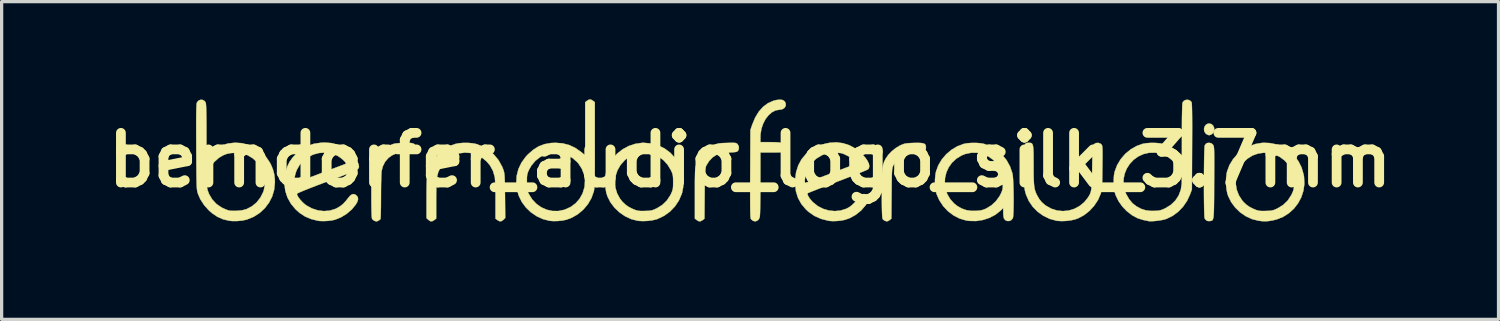
<source format=kicad_pcb>
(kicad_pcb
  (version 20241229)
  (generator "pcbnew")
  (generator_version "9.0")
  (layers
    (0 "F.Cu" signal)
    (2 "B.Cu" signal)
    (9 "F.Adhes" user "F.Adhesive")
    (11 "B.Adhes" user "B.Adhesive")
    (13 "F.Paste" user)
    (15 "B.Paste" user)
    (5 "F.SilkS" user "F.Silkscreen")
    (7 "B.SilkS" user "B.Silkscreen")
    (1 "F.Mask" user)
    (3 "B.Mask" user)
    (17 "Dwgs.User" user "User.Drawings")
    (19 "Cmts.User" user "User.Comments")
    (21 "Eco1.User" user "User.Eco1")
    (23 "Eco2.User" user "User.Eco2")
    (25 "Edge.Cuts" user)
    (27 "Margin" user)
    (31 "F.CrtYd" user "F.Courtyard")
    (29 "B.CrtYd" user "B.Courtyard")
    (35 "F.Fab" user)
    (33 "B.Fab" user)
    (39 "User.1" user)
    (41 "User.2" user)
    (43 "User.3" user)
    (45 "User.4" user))
  (footprint "berndorfer_audio_logo_silk_3.7mm"
    (layer "F.Cu")
    (at 19.964 1.861)
    (property "Reference" "berndorfer_audio_logo_silk_3.7mm" (at 0 0 0) (layer "F.SilkS") (effects (font (size 1.524 1.524) (thickness 0.3))))
    (attr through_hole)
    (fp_poly (pts (xy 14.157 -1.104) (xy 14.209 -1.057) (xy 14.239 -0.991) (xy 14.244 -0.917) (xy 14.218 -0.846) (xy 14.193 -0.814) (xy 14.142 -0.778) (xy 14.088 -0.762) (xy 14.086 -0.762) (xy 14.034 -0.777) (xy 13.981 -0.812) (xy 13.98 -0.814) (xy 13.938 -0.88) (xy 13.928 -0.954) (xy 13.945 -1.025) (xy 13.987 -1.083) (xy 14.048 -1.117) (xy 14.086 -1.122) (xy 14.157 -1.104)) (stroke (width 0.01) (type solid)) (fill yes) (layer "F.SilkS"))
    (fp_poly (pts (xy 14.157 -0.514) (xy 14.202 -0.473) (xy 14.212 -0.459) (xy 14.22 -0.444) (xy 14.227 -0.424) (xy 14.232 -0.395) (xy 14.236 -0.353) (xy 14.239 -0.295) (xy 14.241 -0.218) (xy 14.243 -0.117) (xy 14.243 0.01) (xy 14.243 0.167) (xy 14.242 0.358) (xy 14.241 0.587) (xy 14.24 0.691) (xy 14.239 0.941) (xy 14.238 1.153) (xy 14.236 1.328) (xy 14.234 1.472) (xy 14.231 1.587) (xy 14.226 1.676) (xy 14.22 1.743) (xy 14.211 1.791) (xy 14.2 1.824) (xy 14.187 1.845) (xy 14.17 1.857) (xy 14.15 1.864) (xy 14.126 1.869) (xy 14.118 1.871) (xy 14.057 1.872) (xy 14.017 1.862) (xy 13.974 1.828) (xy 13.949 1.788) (xy 13.943 1.753) (xy 13.939 1.682) (xy 13.935 1.578) (xy 13.932 1.448) (xy 13.93 1.295) (xy 13.928 1.126) (xy 13.927 0.944) (xy 13.927 0.755) (xy 13.927 0.564) (xy 13.928 0.375) (xy 13.93 0.195) (xy 13.932 0.027) (xy 13.935 -0.124) (xy 13.938 -0.252) (xy 13.942 -0.352) (xy 13.947 -0.421) (xy 13.952 -0.451) (xy 13.988 -0.502) (xy 14.034 -0.524) (xy 14.09 -0.529) (xy 14.157 -0.514)) (stroke (width 0.01) (type solid)) (fill yes) (layer "F.SilkS"))
    (fp_poly (pts (xy -0.46 -0.526) (xy -0.425 -0.518) (xy -0.401 -0.505) (xy -0.383 -0.489) (xy -0.347 -0.425) (xy -0.342 -0.35) (xy -0.369 -0.285) (xy -0.387 -0.267) (xy -0.415 -0.254) (xy -0.462 -0.245) (xy -0.535 -0.238) (xy -0.641 -0.232) (xy -0.66 -0.231) (xy -0.776 -0.225) (xy -0.86 -0.217) (xy -0.923 -0.206) (xy -0.976 -0.189) (xy -1.028 -0.164) (xy -1.028 -0.164) (xy -1.151 -0.08) (xy -1.258 0.033) (xy -1.339 0.162) (xy -1.341 0.167) (xy -1.353 0.194) (xy -1.363 0.223) (xy -1.37 0.258) (xy -1.376 0.303) (xy -1.381 0.363) (xy -1.385 0.444) (xy -1.387 0.548) (xy -1.389 0.682) (xy -1.391 0.849) (xy -1.393 1.031) (xy -1.399 1.798) (xy -1.454 1.841) (xy -1.518 1.878) (xy -1.577 1.876) (xy -1.638 1.84) (xy -1.693 1.796) (xy -1.693 1.038) (xy -1.693 0.836) (xy -1.693 0.671) (xy -1.691 0.539) (xy -1.689 0.435) (xy -1.686 0.354) (xy -1.681 0.29) (xy -1.674 0.24) (xy -1.666 0.198) (xy -1.656 0.159) (xy -1.652 0.145) (xy -1.573 -0.041) (xy -1.461 -0.201) (xy -1.315 -0.336) (xy -1.145 -0.44) (xy -1.08 -0.472) (xy -1.026 -0.494) (xy -0.974 -0.508) (xy -0.913 -0.516) (xy -0.831 -0.522) (xy -0.719 -0.525) (xy -0.708 -0.526) (xy -0.594 -0.529) (xy -0.514 -0.529) (xy -0.46 -0.526)) (stroke (width 0.01) (type solid)) (fill yes) (layer "F.SilkS"))
    (fp_poly (pts (xy 5.258 -0.523) (xy 5.327 -0.51) (xy 5.369 -0.486) (xy 5.391 -0.449) (xy 5.397 -0.399) (xy 5.397 -0.395) (xy 5.394 -0.338) (xy 5.38 -0.297) (xy 5.348 -0.269) (xy 5.293 -0.251) (xy 5.208 -0.239) (xy 5.088 -0.232) (xy 5.076 -0.231) (xy 4.96 -0.225) (xy 4.876 -0.217) (xy 4.813 -0.206) (xy 4.76 -0.189) (xy 4.708 -0.164) (xy 4.708 -0.164) (xy 4.586 -0.08) (xy 4.478 0.033) (xy 4.397 0.162) (xy 4.395 0.167) (xy 4.383 0.194) (xy 4.373 0.223) (xy 4.366 0.258) (xy 4.36 0.303) (xy 4.355 0.364) (xy 4.351 0.444) (xy 4.349 0.549) (xy 4.346 0.683) (xy 4.345 0.85) (xy 4.343 1.032) (xy 4.336 1.799) (xy 4.282 1.841) (xy 4.231 1.874) (xy 4.187 1.879) (xy 4.134 1.863) (xy 4.087 1.83) (xy 4.065 1.802) (xy 4.058 1.767) (xy 4.053 1.69) (xy 4.048 1.574) (xy 4.045 1.418) (xy 4.043 1.224) (xy 4.043 1.032) (xy 4.043 0.816) (xy 4.045 0.636) (xy 4.048 0.49) (xy 4.053 0.37) (xy 4.061 0.273) (xy 4.073 0.194) (xy 4.088 0.127) (xy 4.108 0.069) (xy 4.133 0.012) (xy 4.163 -0.046) (xy 4.24 -0.157) (xy 4.345 -0.267) (xy 4.467 -0.366) (xy 4.593 -0.443) (xy 4.608 -0.45) (xy 4.672 -0.478) (xy 4.727 -0.498) (xy 4.784 -0.51) (xy 4.855 -0.518) (xy 4.951 -0.523) (xy 5.022 -0.526) (xy 5.158 -0.528) (xy 5.258 -0.523)) (stroke (width 0.01) (type solid)) (fill yes) (layer "F.SilkS"))
    (fp_poly (pts (xy 1.008 -1.84) (xy 1.064 -1.799) (xy 1.069 -1.793) (xy 1.098 -1.722) (xy 1.09 -1.653) (xy 1.05 -1.596) (xy 0.984 -1.557) (xy 0.907 -1.545) (xy 0.787 -1.525) (xy 0.673 -1.467) (xy 0.569 -1.378) (xy 0.478 -1.262) (xy 0.405 -1.123) (xy 0.351 -0.968) (xy 0.322 -0.801) (xy 0.318 -0.705) (xy 0.318 -0.55) (xy 0.609 -0.55) (xy 0.768 -0.548) (xy 0.89 -0.54) (xy 0.979 -0.525) (xy 1.039 -0.504) (xy 1.074 -0.475) (xy 1.079 -0.466) (xy 1.1 -0.389) (xy 1.081 -0.316) (xy 1.052 -0.279) (xy 1.031 -0.262) (xy 1.006 -0.249) (xy 0.971 -0.241) (xy 0.918 -0.236) (xy 0.841 -0.234) (xy 0.732 -0.233) (xy 0.66 -0.233) (xy 0.318 -0.233) (xy 0.317 0.725) (xy 0.317 0.952) (xy 0.315 1.158) (xy 0.313 1.339) (xy 0.31 1.493) (xy 0.307 1.615) (xy 0.302 1.703) (xy 0.297 1.753) (xy 0.296 1.759) (xy 0.261 1.828) (xy 0.221 1.859) (xy 0.174 1.878) (xy 0.139 1.879) (xy 0.091 1.863) (xy 0.044 1.829) (xy 0.022 1.8) (xy 0.016 1.775) (xy 0.012 1.721) (xy 0.008 1.636) (xy 0.006 1.518) (xy 0.004 1.366) (xy 0.003 1.178) (xy 0.003 0.953) (xy 0.003 0.688) (xy 0.005 0.418) (xy 0.011 -0.921) (xy 0.068 -1.09) (xy 0.158 -1.305) (xy 0.268 -1.486) (xy 0.4 -1.634) (xy 0.55 -1.745) (xy 0.717 -1.819) (xy 0.809 -1.842) (xy 0.924 -1.854) (xy 1.008 -1.84)) (stroke (width 0.01) (type solid)) (fill yes) (layer "F.SilkS"))
    (fp_poly (pts (xy -10.407 -0.524) (xy -10.339 -0.511) (xy -10.296 -0.487) (xy -10.274 -0.45) (xy -10.266 -0.399) (xy -10.266 -0.382) (xy -10.272 -0.322) (xy -10.294 -0.28) (xy -10.338 -0.254) (xy -10.409 -0.239) (xy -10.515 -0.233) (xy -10.566 -0.233) (xy -10.733 -0.224) (xy -10.87 -0.195) (xy -10.987 -0.144) (xy -11.093 -0.067) (xy -11.095 -0.065) (xy -11.199 0.054) (xy -11.271 0.2) (xy -11.304 0.332) (xy -11.309 0.384) (xy -11.313 0.472) (xy -11.317 0.589) (xy -11.321 0.73) (xy -11.323 0.887) (xy -11.324 1.055) (xy -11.324 1.122) (xy -11.325 1.286) (xy -11.326 1.438) (xy -11.329 1.57) (xy -11.331 1.679) (xy -11.335 1.759) (xy -11.338 1.804) (xy -11.34 1.812) (xy -11.372 1.84) (xy -11.418 1.868) (xy -11.459 1.882) (xy -11.466 1.882) (xy -11.497 1.874) (xy -11.529 1.863) (xy -11.576 1.83) (xy -11.598 1.802) (xy -11.605 1.767) (xy -11.611 1.69) (xy -11.615 1.574) (xy -11.618 1.418) (xy -11.62 1.224) (xy -11.62 1.032) (xy -11.62 0.816) (xy -11.619 0.636) (xy -11.615 0.49) (xy -11.61 0.37) (xy -11.602 0.273) (xy -11.59 0.194) (xy -11.575 0.127) (xy -11.555 0.069) (xy -11.53 0.012) (xy -11.5 -0.046) (xy -11.423 -0.157) (xy -11.317 -0.268) (xy -11.195 -0.367) (xy -11.068 -0.443) (xy -11.055 -0.449) (xy -10.991 -0.477) (xy -10.935 -0.497) (xy -10.875 -0.509) (xy -10.801 -0.517) (xy -10.702 -0.523) (xy -10.642 -0.525) (xy -10.506 -0.528) (xy -10.407 -0.524)) (stroke (width 0.01) (type solid)) (fill yes) (layer "F.SilkS"))
    (fp_poly (pts (xy -8.523 -0.516) (xy -8.415 -0.497) (xy -8.211 -0.422) (xy -8.025 -0.312) (xy -7.859 -0.169) (xy -7.719 0.001) (xy -7.61 0.196) (xy -7.575 0.281) (xy -7.562 0.319) (xy -7.551 0.357) (xy -7.542 0.399) (xy -7.536 0.451) (xy -7.531 0.518) (xy -7.527 0.605) (xy -7.524 0.718) (xy -7.522 0.861) (xy -7.52 1.039) (xy -7.519 1.095) (xy -7.512 1.777) (xy -7.565 1.831) (xy -7.626 1.874) (xy -7.686 1.878) (xy -7.753 1.841) (xy -7.755 1.84) (xy -7.811 1.796) (xy -7.811 1.219) (xy -7.811 1.052) (xy -7.814 0.896) (xy -7.818 0.756) (xy -7.823 0.641) (xy -7.829 0.557) (xy -7.834 0.517) (xy -7.889 0.33) (xy -7.981 0.163) (xy -8.084 0.041) (xy -8.235 -0.082) (xy -8.4 -0.168) (xy -8.574 -0.217) (xy -8.753 -0.229) (xy -8.931 -0.205) (xy -9.102 -0.143) (xy -9.26 -0.045) (xy -9.352 0.036) (xy -9.477 0.19) (xy -9.564 0.361) (xy -9.609 0.534) (xy -9.615 0.591) (xy -9.62 0.684) (xy -9.625 0.804) (xy -9.628 0.944) (xy -9.63 1.098) (xy -9.631 1.231) (xy -9.631 1.796) (xy -9.687 1.84) (xy -9.754 1.878) (xy -9.814 1.875) (xy -9.875 1.832) (xy -9.927 1.78) (xy -9.927 1.149) (xy -9.926 0.941) (xy -9.924 0.77) (xy -9.919 0.63) (xy -9.912 0.516) (xy -9.901 0.423) (xy -9.886 0.344) (xy -9.866 0.275) (xy -9.84 0.21) (xy -9.808 0.143) (xy -9.808 0.142) (xy -9.688 -0.05) (xy -9.536 -0.216) (xy -9.357 -0.352) (xy -9.154 -0.455) (xy -9.04 -0.495) (xy -8.933 -0.516) (xy -8.8 -0.527) (xy -8.658 -0.527) (xy -8.523 -0.516)) (stroke (width 0.01) (type solid)) (fill yes) (layer "F.SilkS"))
    (fp_poly (pts (xy -3.032 -0.508) (xy -2.818 -0.45) (xy -2.623 -0.355) (xy -2.449 -0.226) (xy -2.3 -0.066) (xy -2.178 0.123) (xy -2.094 0.318) (xy -2.057 0.475) (xy -2.042 0.652) (xy -2.052 0.833) (xy -2.084 1.001) (xy -2.094 1.034) (xy -2.182 1.239) (xy -2.305 1.423) (xy -2.457 1.581) (xy -2.636 1.71) (xy -2.836 1.806) (xy -2.868 1.817) (xy -2.994 1.848) (xy -3.143 1.867) (xy -3.295 1.873) (xy -3.432 1.865) (xy -3.45 1.862) (xy -3.648 1.811) (xy -3.835 1.724) (xy -4.007 1.606) (xy -4.158 1.463) (xy -4.282 1.3) (xy -4.373 1.121) (xy -4.412 1.001) (xy -4.438 0.845) (xy -4.447 0.673) (xy -4.147 0.673) (xy -4.13 0.852) (xy -4.078 1.025) (xy -3.989 1.187) (xy -3.912 1.283) (xy -3.826 1.365) (xy -3.733 1.432) (xy -3.617 1.492) (xy -3.558 1.517) (xy -3.495 1.541) (xy -3.437 1.555) (xy -3.368 1.562) (xy -3.277 1.563) (xy -3.227 1.561) (xy -3.125 1.558) (xy -3.051 1.55) (xy -2.989 1.536) (xy -2.926 1.511) (xy -2.854 1.477) (xy -2.688 1.373) (xy -2.552 1.241) (xy -2.445 1.078) (xy -2.427 1.042) (xy -2.397 0.974) (xy -2.377 0.917) (xy -2.366 0.858) (xy -2.361 0.784) (xy -2.36 0.682) (xy -2.36 0.677) (xy -2.361 0.574) (xy -2.366 0.499) (xy -2.376 0.44) (xy -2.396 0.383) (xy -2.426 0.316) (xy -2.428 0.312) (xy -2.528 0.146) (xy -2.652 0.008) (xy -2.797 -0.098) (xy -2.956 -0.173) (xy -3.124 -0.216) (xy -3.298 -0.224) (xy -3.47 -0.198) (xy -3.637 -0.136) (xy -3.794 -0.038) (xy -3.853 0.014) (xy -3.98 0.159) (xy -4.071 0.321) (xy -4.127 0.494) (xy -4.147 0.673) (xy -4.447 0.673) (xy -4.447 0.673) (xy -4.437 0.501) (xy -4.41 0.348) (xy -4.406 0.334) (xy -4.33 0.137) (xy -4.218 -0.042) (xy -4.077 -0.199) (xy -3.911 -0.329) (xy -3.726 -0.43) (xy -3.525 -0.497) (xy -3.315 -0.528) (xy -3.261 -0.529) (xy -3.032 -0.508)) (stroke (width 0.01) (type solid)) (fill yes) (layer "F.SilkS"))
    (fp_poly (pts (xy 15.948 -0.521) (xy 16.095 -0.493) (xy 16.244 -0.44) (xy 16.33 -0.402) (xy 16.525 -0.285) (xy 16.69 -0.14) (xy 16.823 0.031) (xy 16.922 0.226) (xy 16.985 0.443) (xy 16.998 0.519) (xy 17.008 0.735) (xy 16.978 0.944) (xy 16.913 1.143) (xy 16.815 1.326) (xy 16.687 1.491) (xy 16.533 1.631) (xy 16.355 1.743) (xy 16.157 1.822) (xy 16.028 1.853) (xy 15.908 1.872) (xy 15.809 1.879) (xy 15.711 1.875) (xy 15.6 1.861) (xy 15.4 1.811) (xy 15.21 1.723) (xy 15.037 1.604) (xy 14.886 1.457) (xy 14.761 1.288) (xy 14.67 1.103) (xy 14.643 1.021) (xy 14.617 0.885) (xy 14.604 0.731) (xy 14.904 0.731) (xy 14.933 0.91) (xy 14.998 1.08) (xy 15.1 1.238) (xy 15.138 1.283) (xy 15.224 1.365) (xy 15.317 1.432) (xy 15.433 1.492) (xy 15.492 1.517) (xy 15.555 1.541) (xy 15.613 1.555) (xy 15.682 1.562) (xy 15.773 1.563) (xy 15.823 1.561) (xy 15.925 1.558) (xy 15.999 1.55) (xy 16.061 1.536) (xy 16.124 1.511) (xy 16.196 1.477) (xy 16.362 1.373) (xy 16.498 1.241) (xy 16.605 1.078) (xy 16.623 1.042) (xy 16.653 0.974) (xy 16.673 0.917) (xy 16.684 0.858) (xy 16.689 0.784) (xy 16.69 0.682) (xy 16.69 0.677) (xy 16.689 0.574) (xy 16.684 0.499) (xy 16.674 0.44) (xy 16.654 0.383) (xy 16.624 0.316) (xy 16.622 0.312) (xy 16.523 0.146) (xy 16.398 0.009) (xy 16.254 -0.097) (xy 16.096 -0.172) (xy 15.928 -0.215) (xy 15.756 -0.224) (xy 15.585 -0.199) (xy 15.419 -0.14) (xy 15.265 -0.044) (xy 15.158 0.052) (xy 15.04 0.206) (xy 14.958 0.374) (xy 14.913 0.551) (xy 14.904 0.731) (xy 14.604 0.731) (xy 14.604 0.729) (xy 14.606 0.568) (xy 14.622 0.42) (xy 14.637 0.349) (xy 14.71 0.153) (xy 14.819 -0.026) (xy 14.958 -0.184) (xy 15.122 -0.317) (xy 15.305 -0.421) (xy 15.502 -0.492) (xy 15.709 -0.527) (xy 15.783 -0.529) (xy 15.948 -0.521)) (stroke (width 0.01) (type solid)) (fill yes) (layer "F.SilkS"))
    (fp_poly (pts (xy -4.88 -1.855) (xy -4.818 -1.819) (xy -4.763 -1.775) (xy -4.763 -0.469) (xy -4.763 -0.193) (xy -4.763 0.044) (xy -4.764 0.246) (xy -4.765 0.414) (xy -4.767 0.554) (xy -4.77 0.667) (xy -4.773 0.758) (xy -4.777 0.83) (xy -4.781 0.885) (xy -4.787 0.928) (xy -4.794 0.961) (xy -4.795 0.964) (xy -4.867 1.167) (xy -4.976 1.354) (xy -5.116 1.52) (xy -5.281 1.66) (xy -5.467 1.768) (xy -5.626 1.828) (xy -5.751 1.855) (xy -5.895 1.87) (xy -6.038 1.873) (xy -6.151 1.864) (xy -6.357 1.811) (xy -6.55 1.722) (xy -6.726 1.602) (xy -6.878 1.455) (xy -7.004 1.286) (xy -7.096 1.098) (xy -7.144 0.937) (xy -7.173 0.707) (xy -7.171 0.677) (xy -6.847 0.677) (xy -6.847 0.786) (xy -6.843 0.864) (xy -6.834 0.922) (xy -6.819 0.972) (xy -6.796 1.026) (xy -6.788 1.041) (xy -6.686 1.206) (xy -6.557 1.342) (xy -6.408 1.449) (xy -6.242 1.523) (xy -6.066 1.562) (xy -5.884 1.564) (xy -5.703 1.527) (xy -5.691 1.523) (xy -5.508 1.441) (xy -5.354 1.328) (xy -5.229 1.187) (xy -5.137 1.02) (xy -5.08 0.83) (xy -5.076 0.807) (xy -5.065 0.622) (xy -5.095 0.439) (xy -5.162 0.266) (xy -5.265 0.108) (xy -5.305 0.062) (xy -5.451 -0.065) (xy -5.611 -0.156) (xy -5.781 -0.211) (xy -5.954 -0.231) (xy -6.127 -0.216) (xy -6.295 -0.167) (xy -6.451 -0.086) (xy -6.591 0.027) (xy -6.711 0.172) (xy -6.782 0.296) (xy -6.81 0.359) (xy -6.829 0.412) (xy -6.84 0.467) (xy -6.846 0.535) (xy -6.847 0.63) (xy -6.847 0.677) (xy -7.171 0.677) (xy -7.161 0.487) (xy -7.108 0.277) (xy -7.014 0.08) (xy -6.881 -0.103) (xy -6.817 -0.172) (xy -6.654 -0.315) (xy -6.487 -0.42) (xy -6.309 -0.488) (xy -6.112 -0.523) (xy -5.969 -0.529) (xy -5.751 -0.513) (xy -5.553 -0.462) (xy -5.366 -0.375) (xy -5.183 -0.247) (xy -5.179 -0.244) (xy -5.059 -0.146) (xy -5.059 -1.775) (xy -5.003 -1.819) (xy -4.938 -1.856) (xy -4.88 -1.855)) (stroke (width 0.01) (type solid)) (fill yes) (layer "F.SilkS"))
    (fp_poly (pts (xy 6.944 -0.526) (xy 7.075 -0.516) (xy 7.175 -0.498) (xy 7.381 -0.422) (xy 7.568 -0.31) (xy 7.732 -0.168) (xy 7.87 0.001) (xy 7.976 0.193) (xy 8.047 0.402) (xy 8.054 0.434) (xy 8.063 0.499) (xy 8.071 0.595) (xy 8.077 0.715) (xy 8.082 0.854) (xy 8.085 1.003) (xy 8.087 1.156) (xy 8.087 1.307) (xy 8.085 1.449) (xy 8.082 1.574) (xy 8.077 1.677) (xy 8.07 1.751) (xy 8.062 1.786) (xy 8.017 1.841) (xy 7.956 1.869) (xy 7.889 1.869) (xy 7.829 1.842) (xy 7.789 1.788) (xy 7.789 1.788) (xy 7.778 1.737) (xy 7.77 1.662) (xy 7.768 1.603) (xy 7.768 1.473) (xy 7.689 1.55) (xy 7.53 1.676) (xy 7.346 1.773) (xy 7.146 1.838) (xy 6.936 1.871) (xy 6.724 1.867) (xy 6.633 1.854) (xy 6.431 1.795) (xy 6.242 1.698) (xy 6.072 1.569) (xy 5.924 1.411) (xy 5.805 1.229) (xy 5.721 1.038) (xy 5.691 0.911) (xy 5.675 0.758) (xy 5.674 0.718) (xy 5.974 0.718) (xy 5.998 0.888) (xy 6.054 1.05) (xy 6.143 1.201) (xy 6.265 1.336) (xy 6.35 1.403) (xy 6.492 1.486) (xy 6.638 1.537) (xy 6.799 1.559) (xy 6.914 1.559) (xy 7.02 1.552) (xy 7.1 1.54) (xy 7.173 1.518) (xy 7.248 1.486) (xy 7.403 1.391) (xy 7.541 1.264) (xy 7.652 1.114) (xy 7.69 1.043) (xy 7.72 0.976) (xy 7.74 0.921) (xy 7.751 0.864) (xy 7.756 0.794) (xy 7.758 0.697) (xy 7.758 0.667) (xy 7.757 0.562) (xy 7.753 0.486) (xy 7.744 0.429) (xy 7.727 0.376) (xy 7.699 0.315) (xy 7.689 0.293) (xy 7.587 0.128) (xy 7.458 -0.008) (xy 7.309 -0.113) (xy 7.144 -0.186) (xy 6.969 -0.224) (xy 6.788 -0.225) (xy 6.608 -0.188) (xy 6.49 -0.141) (xy 6.328 -0.042) (xy 6.196 0.081) (xy 6.094 0.224) (xy 6.023 0.381) (xy 5.983 0.548) (xy 5.974 0.718) (xy 5.674 0.718) (xy 5.674 0.598) (xy 5.688 0.444) (xy 5.706 0.352) (xy 5.776 0.161) (xy 5.883 -0.018) (xy 6.02 -0.179) (xy 6.182 -0.316) (xy 6.363 -0.424) (xy 6.559 -0.497) (xy 6.562 -0.498) (xy 6.67 -0.517) (xy 6.803 -0.526) (xy 6.944 -0.526)) (stroke (width 0.01) (type solid)) (fill yes) (layer "F.SilkS"))
    (fp_poly (pts (xy 13.504 -1.824) (xy 13.546 -1.779) (xy 13.552 -1.753) (xy 13.556 -1.697) (xy 13.559 -1.608) (xy 13.562 -1.486) (xy 13.564 -1.328) (xy 13.565 -1.133) (xy 13.565 -0.9) (xy 13.564 -0.628) (xy 13.563 -0.418) (xy 13.557 0.9) (xy 13.5 1.056) (xy 13.408 1.253) (xy 13.286 1.431) (xy 13.138 1.585) (xy 12.969 1.71) (xy 12.787 1.8) (xy 12.731 1.819) (xy 12.648 1.839) (xy 12.546 1.856) (xy 12.438 1.869) (xy 12.338 1.876) (xy 12.257 1.876) (xy 12.224 1.872) (xy 12.18 1.862) (xy 12.112 1.848) (xy 12.065 1.839) (xy 11.89 1.784) (xy 11.721 1.693) (xy 11.563 1.571) (xy 11.423 1.426) (xy 11.307 1.262) (xy 11.221 1.086) (xy 11.187 0.983) (xy 11.167 0.87) (xy 11.159 0.757) (xy 11.46 0.757) (xy 11.496 0.932) (xy 11.536 1.034) (xy 11.629 1.198) (xy 11.737 1.327) (xy 11.853 1.418) (xy 11.995 1.495) (xy 12.138 1.541) (xy 12.297 1.56) (xy 12.396 1.56) (xy 12.495 1.555) (xy 12.57 1.545) (xy 12.635 1.526) (xy 12.71 1.494) (xy 12.747 1.476) (xy 12.915 1.371) (xy 13.051 1.24) (xy 13.152 1.085) (xy 13.218 0.909) (xy 13.246 0.718) (xy 13.244 0.552) (xy 13.217 0.41) (xy 13.162 0.275) (xy 13.1 0.171) (xy 12.976 0.023) (xy 12.826 -0.094) (xy 12.655 -0.177) (xy 12.467 -0.222) (xy 12.423 -0.227) (xy 12.238 -0.223) (xy 12.066 -0.182) (xy 11.909 -0.109) (xy 11.77 -0.009) (xy 11.653 0.116) (xy 11.56 0.259) (xy 11.495 0.416) (xy 11.46 0.584) (xy 11.46 0.757) (xy 11.159 0.757) (xy 11.157 0.733) (xy 11.158 0.589) (xy 11.168 0.456) (xy 11.186 0.36) (xy 11.261 0.159) (xy 11.372 -0.027) (xy 11.513 -0.191) (xy 11.68 -0.328) (xy 11.868 -0.435) (xy 12.044 -0.498) (xy 12.155 -0.517) (xy 12.291 -0.527) (xy 12.435 -0.526) (xy 12.569 -0.515) (xy 12.667 -0.497) (xy 12.835 -0.436) (xy 13.001 -0.347) (xy 13.145 -0.239) (xy 13.147 -0.237) (xy 13.25 -0.144) (xy 13.25 -0.928) (xy 13.251 -1.108) (xy 13.252 -1.276) (xy 13.255 -1.428) (xy 13.258 -1.557) (xy 13.261 -1.659) (xy 13.265 -1.729) (xy 13.27 -1.762) (xy 13.27 -1.763) (xy 13.31 -1.817) (xy 13.372 -1.846) (xy 13.441 -1.848) (xy 13.504 -1.824)) (stroke (width 0.01) (type solid)) (fill yes) (layer "F.SilkS"))
    (fp_poly (pts (xy 8.592 -0.528) (xy 8.625 -0.522) (xy 8.65 -0.506) (xy 8.669 -0.477) (xy 8.682 -0.43) (xy 8.691 -0.361) (xy 8.696 -0.265) (xy 8.699 -0.138) (xy 8.699 0.024) (xy 8.7 0.152) (xy 8.7 0.352) (xy 8.702 0.516) (xy 8.707 0.649) (xy 8.714 0.756) (xy 8.725 0.843) (xy 8.74 0.915) (xy 8.76 0.978) (xy 8.785 1.038) (xy 8.8 1.069) (xy 8.871 1.193) (xy 8.95 1.291) (xy 9.047 1.377) (xy 9.078 1.399) (xy 9.242 1.492) (xy 9.418 1.548) (xy 9.598 1.566) (xy 9.777 1.549) (xy 9.951 1.496) (xy 10.111 1.41) (xy 10.254 1.292) (xy 10.353 1.171) (xy 10.388 1.119) (xy 10.417 1.071) (xy 10.439 1.023) (xy 10.456 0.969) (xy 10.469 0.904) (xy 10.479 0.823) (xy 10.486 0.72) (xy 10.491 0.591) (xy 10.495 0.429) (xy 10.498 0.231) (xy 10.498 0.23) (xy 10.501 0.043) (xy 10.504 -0.107) (xy 10.508 -0.223) (xy 10.512 -0.311) (xy 10.516 -0.375) (xy 10.522 -0.42) (xy 10.529 -0.45) (xy 10.539 -0.47) (xy 10.55 -0.485) (xy 10.608 -0.521) (xy 10.681 -0.528) (xy 10.749 -0.506) (xy 10.775 -0.485) (xy 10.787 -0.472) (xy 10.797 -0.456) (xy 10.804 -0.432) (xy 10.809 -0.396) (xy 10.813 -0.343) (xy 10.814 -0.268) (xy 10.815 -0.168) (xy 10.814 -0.036) (xy 10.812 0.13) (xy 10.811 0.229) (xy 10.809 0.417) (xy 10.807 0.569) (xy 10.804 0.689) (xy 10.8 0.782) (xy 10.795 0.855) (xy 10.789 0.911) (xy 10.781 0.958) (xy 10.77 0.999) (xy 10.757 1.039) (xy 10.674 1.229) (xy 10.557 1.404) (xy 10.414 1.56) (xy 10.25 1.689) (xy 10.072 1.785) (xy 9.98 1.819) (xy 9.853 1.848) (xy 9.709 1.867) (xy 9.564 1.873) (xy 9.436 1.866) (xy 9.405 1.862) (xy 9.193 1.804) (xy 8.998 1.71) (xy 8.823 1.585) (xy 8.673 1.432) (xy 8.553 1.256) (xy 8.467 1.059) (xy 8.446 0.986) (xy 8.433 0.933) (xy 8.424 0.88) (xy 8.416 0.821) (xy 8.411 0.751) (xy 8.407 0.662) (xy 8.405 0.55) (xy 8.404 0.408) (xy 8.403 0.232) (xy 8.403 0.192) (xy 8.403 -0.002) (xy 8.404 -0.157) (xy 8.407 -0.278) (xy 8.413 -0.37) (xy 8.422 -0.436) (xy 8.436 -0.481) (xy 8.455 -0.508) (xy 8.479 -0.523) (xy 8.511 -0.528) (xy 8.551 -0.529) (xy 8.551 -0.529) (xy 8.592 -0.528)) (stroke (width 0.01) (type solid)) (fill yes) (layer "F.SilkS"))
    (fp_poly (pts (xy -16.802 -1.847) (xy -16.741 -1.816) (xy -16.703 -1.764) (xy -16.696 -1.727) (xy -16.69 -1.651) (xy -16.685 -1.535) (xy -16.682 -1.379) (xy -16.68 -1.181) (xy -16.679 -0.942) (xy -16.679 -0.928) (xy -16.679 -0.143) (xy -16.595 -0.219) (xy -16.42 -0.35) (xy -16.226 -0.447) (xy -16.019 -0.508) (xy -15.805 -0.532) (xy -15.591 -0.518) (xy -15.398 -0.469) (xy -15.186 -0.375) (xy -15.004 -0.25) (xy -14.85 -0.096) (xy -14.728 0.087) (xy -14.703 0.135) (xy -14.638 0.291) (xy -14.599 0.439) (xy -14.581 0.598) (xy -14.58 0.696) (xy -14.602 0.913) (xy -14.663 1.118) (xy -14.76 1.307) (xy -14.888 1.477) (xy -15.045 1.622) (xy -15.228 1.739) (xy -15.433 1.823) (xy -15.448 1.828) (xy -15.579 1.856) (xy -15.731 1.871) (xy -15.881 1.872) (xy -15.981 1.862) (xy -16.171 1.817) (xy -16.342 1.742) (xy -16.504 1.633) (xy -16.603 1.547) (xy -16.751 1.382) (xy -16.868 1.202) (xy -16.938 1.039) (xy -16.948 1.009) (xy -16.956 0.98) (xy -16.963 0.947) (xy -16.969 0.908) (xy -16.974 0.859) (xy -16.978 0.796) (xy -16.98 0.734) (xy -16.678 0.734) (xy -16.648 0.913) (xy -16.6 1.043) (xy -16.5 1.212) (xy -16.371 1.349) (xy -16.215 1.455) (xy -16.183 1.471) (xy -16.093 1.512) (xy -16.021 1.539) (xy -15.955 1.554) (xy -15.88 1.559) (xy -15.781 1.558) (xy -15.748 1.557) (xy -15.586 1.542) (xy -15.455 1.507) (xy -15.452 1.506) (xy -15.284 1.419) (xy -15.14 1.299) (xy -15.023 1.15) (xy -14.937 0.979) (xy -14.919 0.924) (xy -14.884 0.74) (xy -14.889 0.558) (xy -14.932 0.382) (xy -15.01 0.218) (xy -15.12 0.07) (xy -15.262 -0.056) (xy -15.407 -0.144) (xy -15.485 -0.181) (xy -15.546 -0.204) (xy -15.605 -0.216) (xy -15.678 -0.221) (xy -15.768 -0.222) (xy -15.925 -0.215) (xy -16.055 -0.19) (xy -16.172 -0.144) (xy -16.29 -0.073) (xy -16.306 -0.062) (xy -16.444 0.062) (xy -16.552 0.21) (xy -16.628 0.375) (xy -16.671 0.552) (xy -16.678 0.734) (xy -16.98 0.734) (xy -16.981 0.715) (xy -16.983 0.615) (xy -16.986 0.49) (xy -16.987 0.338) (xy -16.989 0.155) (xy -16.99 -0.063) (xy -16.992 -0.318) (xy -16.992 -0.4) (xy -16.993 -0.694) (xy -16.994 -0.948) (xy -16.994 -1.164) (xy -16.993 -1.343) (xy -16.991 -1.487) (xy -16.988 -1.599) (xy -16.985 -1.681) (xy -16.98 -1.733) (xy -16.975 -1.758) (xy -16.931 -1.818) (xy -16.87 -1.847) (xy -16.802 -1.847)) (stroke (width 0.01) (type solid)) (fill yes) (layer "F.SilkS"))
    (fp_poly (pts (xy -12.828 -0.519) (xy -12.638 -0.467) (xy -12.461 -0.379) (xy -12.291 -0.252) (xy -12.273 -0.236) (xy -12.189 -0.152) (xy -12.114 -0.058) (xy -12.054 0.035) (xy -12.015 0.119) (xy -12.002 0.18) (xy -12.001 0.202) (xy -12.002 0.222) (xy -12.007 0.24) (xy -12.019 0.258) (xy -12.041 0.277) (xy -12.075 0.299) (xy -12.124 0.324) (xy -12.192 0.355) (xy -12.281 0.392) (xy -12.394 0.437) (xy -12.534 0.492) (xy -12.703 0.556) (xy -12.904 0.633) (xy -13.141 0.722) (xy -13.279 0.774) (xy -13.431 0.833) (xy -13.57 0.887) (xy -13.691 0.936) (xy -13.789 0.977) (xy -13.859 1.009) (xy -13.897 1.029) (xy -13.901 1.033) (xy -13.897 1.072) (xy -13.865 1.13) (xy -13.815 1.2) (xy -13.751 1.272) (xy -13.68 1.34) (xy -13.615 1.39) (xy -13.445 1.484) (xy -13.266 1.542) (xy -13.083 1.566) (xy -12.903 1.553) (xy -12.734 1.503) (xy -12.693 1.485) (xy -12.584 1.422) (xy -12.492 1.35) (xy -12.404 1.256) (xy -12.339 1.174) (xy -12.27 1.092) (xy -12.208 1.05) (xy -12.15 1.044) (xy -12.09 1.073) (xy -12.09 1.074) (xy -12.04 1.129) (xy -12.026 1.197) (xy -12.049 1.28) (xy -12.097 1.365) (xy -12.221 1.516) (xy -12.376 1.649) (xy -12.552 1.757) (xy -12.734 1.83) (xy -12.836 1.853) (xy -12.961 1.867) (xy -13.091 1.873) (xy -13.206 1.869) (xy -13.255 1.863) (xy -13.469 1.81) (xy -13.654 1.732) (xy -13.821 1.622) (xy -13.944 1.512) (xy -14.087 1.341) (xy -14.193 1.151) (xy -14.26 0.947) (xy -14.288 0.73) (xy -14.283 0.637) (xy -13.983 0.637) (xy -13.978 0.684) (xy -13.965 0.699) (xy -13.94 0.691) (xy -13.879 0.67) (xy -13.789 0.638) (xy -13.672 0.595) (xy -13.533 0.543) (xy -13.378 0.485) (xy -13.21 0.421) (xy -13.187 0.413) (xy -13.017 0.348) (xy -12.859 0.288) (xy -12.718 0.234) (xy -12.597 0.188) (xy -12.501 0.152) (xy -12.436 0.127) (xy -12.405 0.115) (xy -12.404 0.114) (xy -12.4 0.096) (xy -12.423 0.06) (xy -12.468 0.013) (xy -12.527 -0.039) (xy -12.593 -0.089) (xy -12.659 -0.13) (xy -12.688 -0.145) (xy -12.865 -0.207) (xy -13.046 -0.23) (xy -13.225 -0.217) (xy -13.397 -0.171) (xy -13.557 -0.093) (xy -13.699 0.013) (xy -13.818 0.146) (xy -13.908 0.303) (xy -13.944 0.402) (xy -13.965 0.487) (xy -13.978 0.568) (xy -13.983 0.637) (xy -14.283 0.637) (xy -14.276 0.505) (xy -14.246 0.351) (xy -14.196 0.192) (xy -14.131 0.057) (xy -14.042 -0.068) (xy -13.939 -0.18) (xy -13.768 -0.325) (xy -13.582 -0.432) (xy -13.378 -0.501) (xy -13.154 -0.533) (xy -13.039 -0.537) (xy -12.828 -0.519)) (stroke (width 0.01) (type solid)) (fill yes) (layer "F.SilkS"))
    (fp_poly (pts (xy 2.856 -0.516) (xy 3.052 -0.452) (xy 3.236 -0.353) (xy 3.403 -0.222) (xy 3.547 -0.061) (xy 3.6 0.017) (xy 3.646 0.111) (xy 3.66 0.194) (xy 3.641 0.261) (xy 3.623 0.283) (xy 3.596 0.297) (xy 3.533 0.325) (xy 3.439 0.364) (xy 3.317 0.413) (xy 3.173 0.47) (xy 3.01 0.534) (xy 2.833 0.603) (xy 2.686 0.658) (xy 2.501 0.729) (xy 2.328 0.795) (xy 2.171 0.856) (xy 2.034 0.909) (xy 1.921 0.954) (xy 1.836 0.988) (xy 1.784 1.01) (xy 1.768 1.018) (xy 1.763 1.051) (xy 1.784 1.105) (xy 1.827 1.174) (xy 1.888 1.249) (xy 1.934 1.297) (xy 2.078 1.412) (xy 2.242 1.496) (xy 2.418 1.548) (xy 2.6 1.566) (xy 2.778 1.549) (xy 2.947 1.496) (xy 2.972 1.484) (xy 3.03 1.453) (xy 3.083 1.418) (xy 3.137 1.372) (xy 3.2 1.311) (xy 3.277 1.229) (xy 3.373 1.119) (xy 3.378 1.113) (xy 3.44 1.057) (xy 3.497 1.04) (xy 3.558 1.062) (xy 3.585 1.081) (xy 3.628 1.13) (xy 3.64 1.189) (xy 3.62 1.262) (xy 3.568 1.355) (xy 3.544 1.39) (xy 3.407 1.548) (xy 3.243 1.68) (xy 3.061 1.781) (xy 2.91 1.834) (xy 2.793 1.857) (xy 2.66 1.87) (xy 2.529 1.874) (xy 2.419 1.865) (xy 2.408 1.863) (xy 2.179 1.804) (xy 1.977 1.715) (xy 1.799 1.592) (xy 1.715 1.515) (xy 1.574 1.348) (xy 1.472 1.163) (xy 1.408 0.959) (xy 1.381 0.737) (xy 1.382 0.648) (xy 1.678 0.648) (xy 1.681 0.686) (xy 1.695 0.698) (xy 1.697 0.699) (xy 1.723 0.691) (xy 1.783 0.67) (xy 1.875 0.638) (xy 1.992 0.595) (xy 2.13 0.543) (xy 2.286 0.485) (xy 2.454 0.421) (xy 2.477 0.413) (xy 2.646 0.348) (xy 2.804 0.288) (xy 2.945 0.234) (xy 3.066 0.188) (xy 3.161 0.152) (xy 3.226 0.128) (xy 3.257 0.116) (xy 3.258 0.115) (xy 3.267 0.096) (xy 3.245 0.06) (xy 3.199 0.014) (xy 3.135 -0.038) (xy 3.059 -0.091) (xy 2.977 -0.138) (xy 2.964 -0.144) (xy 2.891 -0.179) (xy 2.834 -0.202) (xy 2.779 -0.215) (xy 2.712 -0.221) (xy 2.622 -0.222) (xy 2.583 -0.222) (xy 2.481 -0.221) (xy 2.407 -0.217) (xy 2.348 -0.206) (xy 2.291 -0.187) (xy 2.222 -0.156) (xy 2.201 -0.146) (xy 2.029 -0.042) (xy 1.89 0.089) (xy 1.785 0.244) (xy 1.714 0.424) (xy 1.684 0.577) (xy 1.678 0.648) (xy 1.382 0.648) (xy 1.383 0.603) (xy 1.413 0.371) (xy 1.48 0.162) (xy 1.58 -0.024) (xy 1.714 -0.184) (xy 1.878 -0.318) (xy 2.073 -0.424) (xy 2.296 -0.5) (xy 2.448 -0.531) (xy 2.653 -0.544) (xy 2.856 -0.516)) (stroke (width 0.01) (type solid)) (fill yes) (layer "F.SilkS")))
  (gr_rect
    (start -3 -3)
    (end 42.929 6.749)
    (stroke (width 0.1) (type default))
    (fill no)
    (layer "Edge.Cuts")))
</source>
